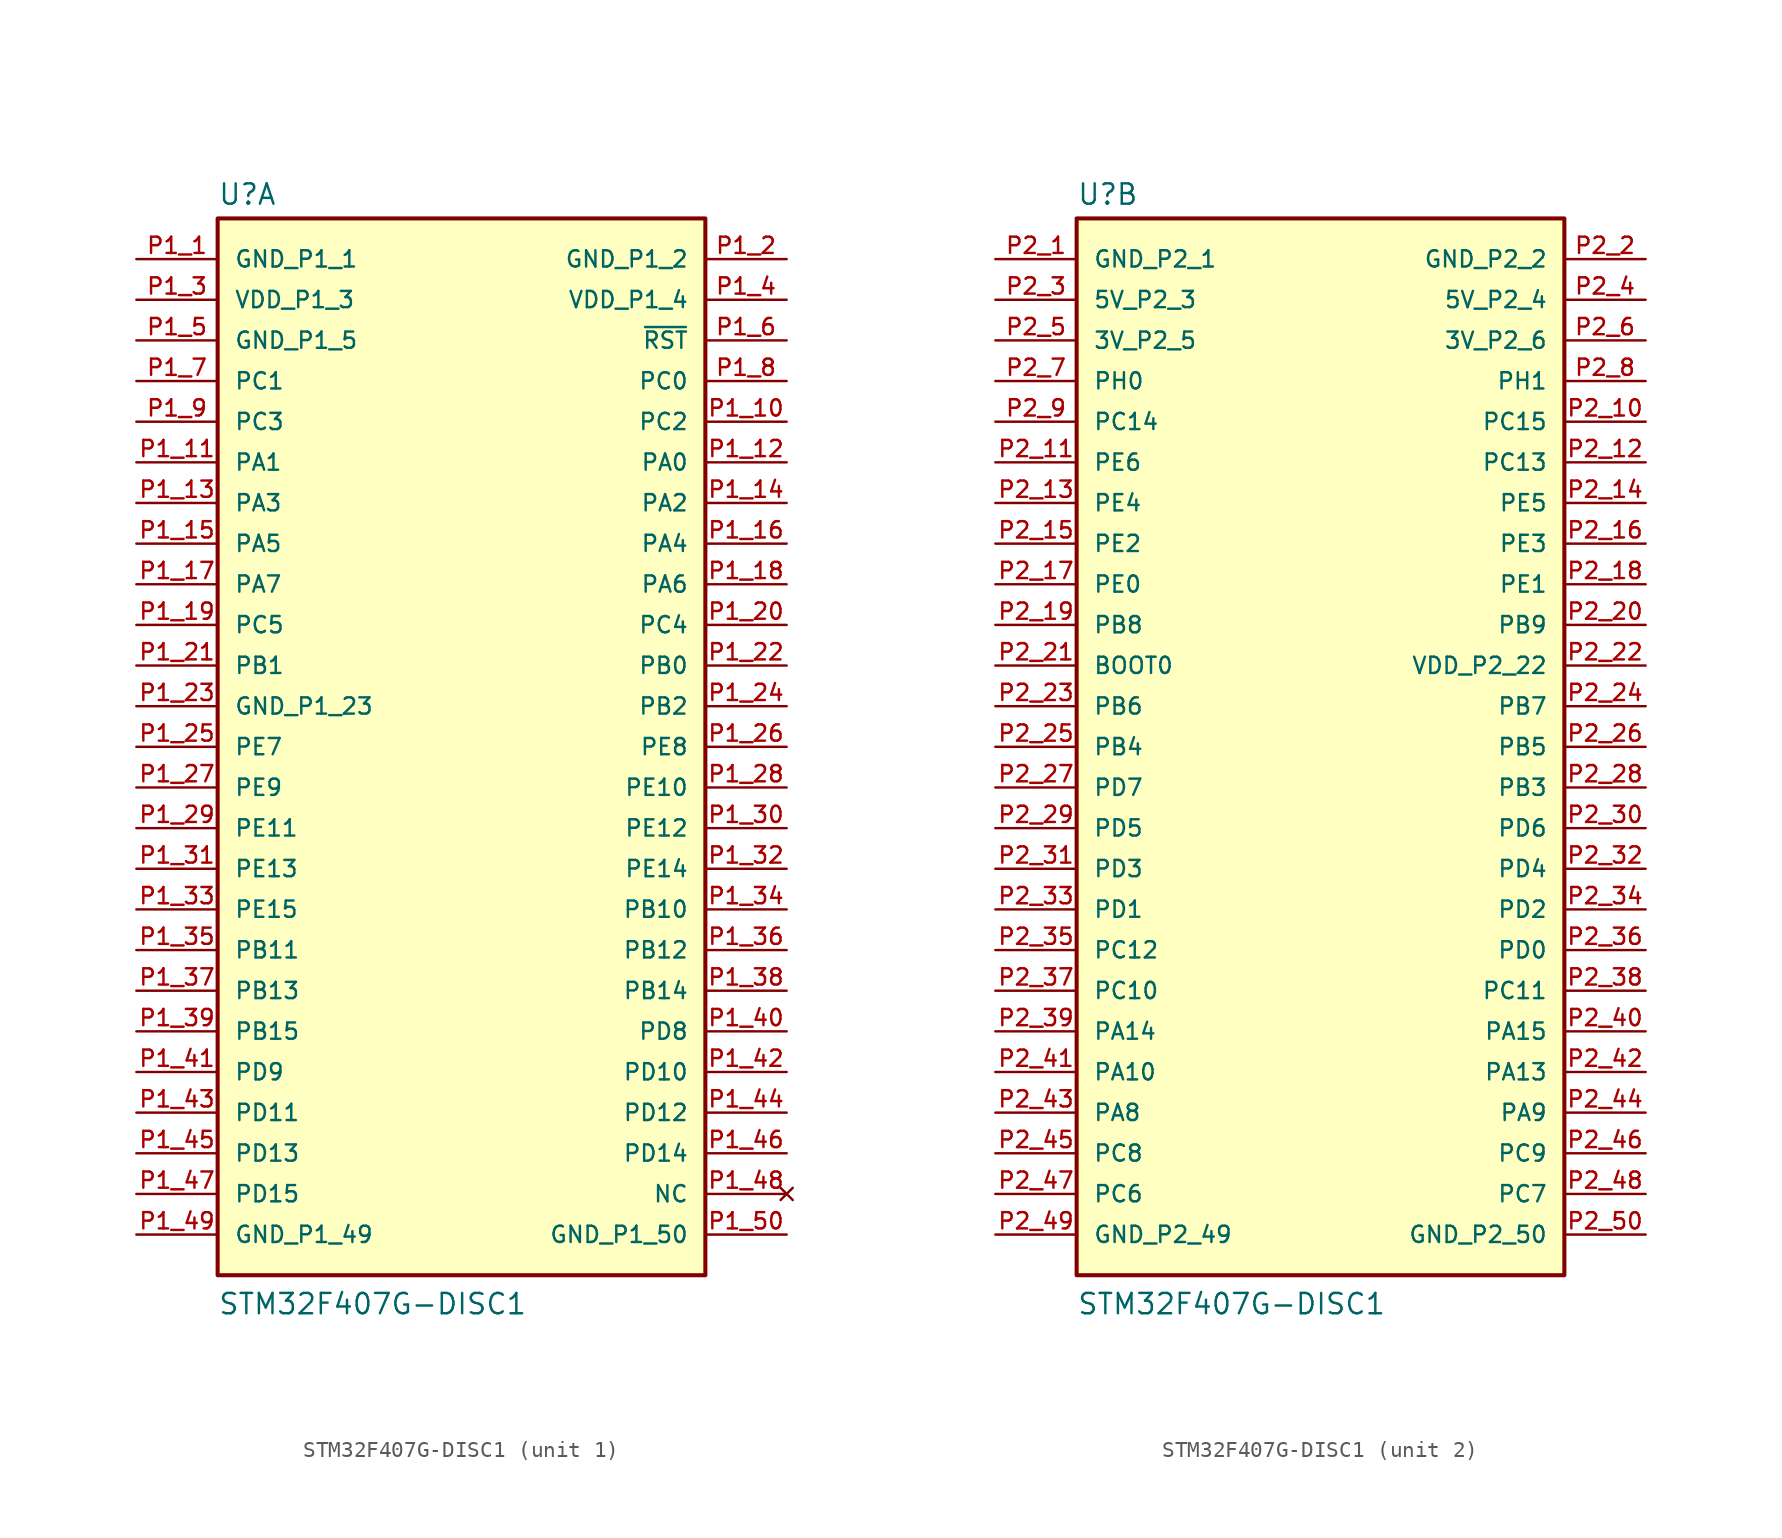
<source format=kicad_sym>
(kicad_symbol_lib
  (version 20211014)
  (generator kicad_symbol_editor)
  (symbol "STM32F407G-DISC1"
    (pin_names
      (offset 1.016))
    (property "Reference" "U"
      (at -15.24 33.782 0)
      (effects (font (size 1.27 1.27)) (justify bottom left)))
    (property "Value" "STM32F407G-DISC1"
      (at -15.24 -35.56 0)
      (effects (font (size 1.27 1.27)) (justify bottom left)))
    (symbol "STM32F407G-DISC1_1_0"
      (rectangle (start -15.24 -33.02) (end 15.24 33.02) (stroke (width 0.254)) (fill (type background)))
      (pin power_in line (at -20.32 30.48 0) (length 5.08) (name "GND_P1_1" (effects (font (size 1.016 1.016)))) (number "P1_1" (effects (font (size 1.016 1.016)))))
      (pin power_in line (at -20.32 27.94 0) (length 5.08) (name "VDD_P1_3" (effects (font (size 1.016 1.016)))) (number "P1_3" (effects (font (size 1.016 1.016)))))
      (pin bidirectional line (at -20.32 22.86 0) (length 5.08) (name "PC1" (effects (font (size 1.016 1.016)))) (number "P1_7" (effects (font (size 1.016 1.016)))))
      (pin bidirectional line (at -20.32 20.32 0) (length 5.08) (name "PC3" (effects (font (size 1.016 1.016)))) (number "P1_9" (effects (font (size 1.016 1.016)))))
      (pin bidirectional line (at -20.32 17.78 0) (length 5.08) (name "PA1" (effects (font (size 1.016 1.016)))) (number "P1_11" (effects (font (size 1.016 1.016)))))
      (pin bidirectional line (at -20.32 15.24 0) (length 5.08) (name "PA3" (effects (font (size 1.016 1.016)))) (number "P1_13" (effects (font (size 1.016 1.016)))))
      (pin bidirectional line (at -20.32 12.7 0) (length 5.08) (name "PA5" (effects (font (size 1.016 1.016)))) (number "P1_15" (effects (font (size 1.016 1.016)))))
      (pin bidirectional line (at -20.32 10.16 0) (length 5.08) (name "PA7" (effects (font (size 1.016 1.016)))) (number "P1_17" (effects (font (size 1.016 1.016)))))
      (pin bidirectional line (at -20.32 7.62 0) (length 5.08) (name "PC5" (effects (font (size 1.016 1.016)))) (number "P1_19" (effects (font (size 1.016 1.016)))))
      (pin bidirectional line (at -20.32 5.08 0) (length 5.08) (name "PB1" (effects (font (size 1.016 1.016)))) (number "P1_21" (effects (font (size 1.016 1.016)))))
      (pin bidirectional line (at -20.32 0.0 0) (length 5.08) (name "PE7" (effects (font (size 1.016 1.016)))) (number "P1_25" (effects (font (size 1.016 1.016)))))
      (pin bidirectional line (at -20.32 -2.54 0) (length 5.08) (name "PE9" (effects (font (size 1.016 1.016)))) (number "P1_27" (effects (font (size 1.016 1.016)))))
      (pin bidirectional line (at -20.32 -5.08 0) (length 5.08) (name "PE11" (effects (font (size 1.016 1.016)))) (number "P1_29" (effects (font (size 1.016 1.016)))))
      (pin bidirectional line (at -20.32 -7.62 0) (length 5.08) (name "PE13" (effects (font (size 1.016 1.016)))) (number "P1_31" (effects (font (size 1.016 1.016)))))
      (pin bidirectional line (at -20.32 -10.16 0) (length 5.08) (name "PE15" (effects (font (size 1.016 1.016)))) (number "P1_33" (effects (font (size 1.016 1.016)))))
      (pin bidirectional line (at -20.32 -12.7 0) (length 5.08) (name "PB11" (effects (font (size 1.016 1.016)))) (number "P1_35" (effects (font (size 1.016 1.016)))))
      (pin bidirectional line (at -20.32 -15.24 0) (length 5.08) (name "PB13" (effects (font (size 1.016 1.016)))) (number "P1_37" (effects (font (size 1.016 1.016)))))
      (pin bidirectional line (at -20.32 -17.78 0) (length 5.08) (name "PB15" (effects (font (size 1.016 1.016)))) (number "P1_39" (effects (font (size 1.016 1.016)))))
      (pin bidirectional line (at -20.32 -20.32 0) (length 5.08) (name "PD9" (effects (font (size 1.016 1.016)))) (number "P1_41" (effects (font (size 1.016 1.016)))))
      (pin bidirectional line (at -20.32 -22.86 0) (length 5.08) (name "PD11" (effects (font (size 1.016 1.016)))) (number "P1_43" (effects (font (size 1.016 1.016)))))
      (pin bidirectional line (at -20.32 -25.4 0) (length 5.08) (name "PD13" (effects (font (size 1.016 1.016)))) (number "P1_45" (effects (font (size 1.016 1.016)))))
      (pin bidirectional line (at -20.32 -27.94 0) (length 5.08) (name "PD15" (effects (font (size 1.016 1.016)))) (number "P1_47" (effects (font (size 1.016 1.016)))))
      (pin bidirectional line (at 20.32 25.4 180.0) (length 5.08) (name "~{RST}" (effects (font (size 1.016 1.016)))) (number "P1_6" (effects (font (size 1.016 1.016)))))
      (pin bidirectional line (at 20.32 22.86 180.0) (length 5.08) (name "PC0" (effects (font (size 1.016 1.016)))) (number "P1_8" (effects (font (size 1.016 1.016)))))
      (pin bidirectional line (at 20.32 20.32 180.0) (length 5.08) (name "PC2" (effects (font (size 1.016 1.016)))) (number "P1_10" (effects (font (size 1.016 1.016)))))
      (pin bidirectional line (at 20.32 17.78 180.0) (length 5.08) (name "PA0" (effects (font (size 1.016 1.016)))) (number "P1_12" (effects (font (size 1.016 1.016)))))
      (pin bidirectional line (at 20.32 15.24 180.0) (length 5.08) (name "PA2" (effects (font (size 1.016 1.016)))) (number "P1_14" (effects (font (size 1.016 1.016)))))
      (pin bidirectional line (at 20.32 12.7 180.0) (length 5.08) (name "PA4" (effects (font (size 1.016 1.016)))) (number "P1_16" (effects (font (size 1.016 1.016)))))
      (pin bidirectional line (at 20.32 10.16 180.0) (length 5.08) (name "PA6" (effects (font (size 1.016 1.016)))) (number "P1_18" (effects (font (size 1.016 1.016)))))
      (pin bidirectional line (at 20.32 7.62 180.0) (length 5.08) (name "PC4" (effects (font (size 1.016 1.016)))) (number "P1_20" (effects (font (size 1.016 1.016)))))
      (pin bidirectional line (at 20.32 5.08 180.0) (length 5.08) (name "PB0" (effects (font (size 1.016 1.016)))) (number "P1_22" (effects (font (size 1.016 1.016)))))
      (pin bidirectional line (at 20.32 2.54 180.0) (length 5.08) (name "PB2" (effects (font (size 1.016 1.016)))) (number "P1_24" (effects (font (size 1.016 1.016)))))
      (pin bidirectional line (at 20.32 0.0 180.0) (length 5.08) (name "PE8" (effects (font (size 1.016 1.016)))) (number "P1_26" (effects (font (size 1.016 1.016)))))
      (pin bidirectional line (at 20.32 -2.54 180.0) (length 5.08) (name "PE10" (effects (font (size 1.016 1.016)))) (number "P1_28" (effects (font (size 1.016 1.016)))))
      (pin bidirectional line (at 20.32 -5.08 180.0) (length 5.08) (name "PE12" (effects (font (size 1.016 1.016)))) (number "P1_30" (effects (font (size 1.016 1.016)))))
      (pin bidirectional line (at 20.32 -7.62 180.0) (length 5.08) (name "PE14" (effects (font (size 1.016 1.016)))) (number "P1_32" (effects (font (size 1.016 1.016)))))
      (pin bidirectional line (at 20.32 -10.16 180.0) (length 5.08) (name "PB10" (effects (font (size 1.016 1.016)))) (number "P1_34" (effects (font (size 1.016 1.016)))))
      (pin bidirectional line (at 20.32 -12.7 180.0) (length 5.08) (name "PB12" (effects (font (size 1.016 1.016)))) (number "P1_36" (effects (font (size 1.016 1.016)))))
      (pin bidirectional line (at 20.32 -15.24 180.0) (length 5.08) (name "PB14" (effects (font (size 1.016 1.016)))) (number "P1_38" (effects (font (size 1.016 1.016)))))
      (pin bidirectional line (at 20.32 -17.78 180.0) (length 5.08) (name "PD8" (effects (font (size 1.016 1.016)))) (number "P1_40" (effects (font (size 1.016 1.016)))))
      (pin bidirectional line (at 20.32 -20.32 180.0) (length 5.08) (name "PD10" (effects (font (size 1.016 1.016)))) (number "P1_42" (effects (font (size 1.016 1.016)))))
      (pin bidirectional line (at 20.32 -22.86 180.0) (length 5.08) (name "PD12" (effects (font (size 1.016 1.016)))) (number "P1_44" (effects (font (size 1.016 1.016)))))
      (pin bidirectional line (at 20.32 -25.4 180.0) (length 5.08) (name "PD14" (effects (font (size 1.016 1.016)))) (number "P1_46" (effects (font (size 1.016 1.016)))))
      (pin no_connect line (at 20.32 -27.94 180.0) (length 5.08) (name "NC" (effects (font (size 1.016 1.016)))) (number "P1_48" (effects (font (size 1.016 1.016)))))
      (pin power_in line (at -20.32 25.4 0) (length 5.08) (name "GND_P1_5" (effects (font (size 1.016 1.016)))) (number "P1_5" (effects (font (size 1.016 1.016)))))
      (pin power_in line (at 20.32 30.48 180.0) (length 5.08) (name "GND_P1_2" (effects (font (size 1.016 1.016)))) (number "P1_2" (effects (font (size 1.016 1.016)))))
      (pin power_in line (at 20.32 27.94 180.0) (length 5.08) (name "VDD_P1_4" (effects (font (size 1.016 1.016)))) (number "P1_4" (effects (font (size 1.016 1.016)))))
      (pin power_in line (at -20.32 2.54 0) (length 5.08) (name "GND_P1_23" (effects (font (size 1.016 1.016)))) (number "P1_23" (effects (font (size 1.016 1.016)))))
      (pin power_in line (at -20.32 -30.48 0) (length 5.08) (name "GND_P1_49" (effects (font (size 1.016 1.016)))) (number "P1_49" (effects (font (size 1.016 1.016)))))
      (pin power_in line (at 20.32 -30.48 180.0) (length 5.08) (name "GND_P1_50" (effects (font (size 1.016 1.016)))) (number "P1_50" (effects (font (size 1.016 1.016))))))
    (symbol "STM32F407G-DISC1_2_0"
      (rectangle (start -15.24 -33.02) (end 15.24 33.02) (stroke (width 0.254)) (fill (type background)))
      (pin power_in line (at -20.32 30.48 0) (length 5.08) (name "GND_P2_1" (effects (font (size 1.016 1.016)))) (number "P2_1" (effects (font (size 1.016 1.016)))))
      (pin power_in line (at -20.32 27.94 0) (length 5.08) (name "5V_P2_3" (effects (font (size 1.016 1.016)))) (number "P2_3" (effects (font (size 1.016 1.016)))))
      (pin bidirectional line (at -20.32 22.86 0) (length 5.08) (name "PH0" (effects (font (size 1.016 1.016)))) (number "P2_7" (effects (font (size 1.016 1.016)))))
      (pin bidirectional line (at -20.32 20.32 0) (length 5.08) (name "PC14" (effects (font (size 1.016 1.016)))) (number "P2_9" (effects (font (size 1.016 1.016)))))
      (pin bidirectional line (at -20.32 17.78 0) (length 5.08) (name "PE6" (effects (font (size 1.016 1.016)))) (number "P2_11" (effects (font (size 1.016 1.016)))))
      (pin bidirectional line (at -20.32 15.24 0) (length 5.08) (name "PE4" (effects (font (size 1.016 1.016)))) (number "P2_13" (effects (font (size 1.016 1.016)))))
      (pin bidirectional line (at -20.32 12.7 0) (length 5.08) (name "PE2" (effects (font (size 1.016 1.016)))) (number "P2_15" (effects (font (size 1.016 1.016)))))
      (pin bidirectional line (at -20.32 10.16 0) (length 5.08) (name "PE0" (effects (font (size 1.016 1.016)))) (number "P2_17" (effects (font (size 1.016 1.016)))))
      (pin bidirectional line (at -20.32 7.62 0) (length 5.08) (name "PB8" (effects (font (size 1.016 1.016)))) (number "P2_19" (effects (font (size 1.016 1.016)))))
      (pin input line (at -20.32 5.08 0) (length 5.08) (name "BOOT0" (effects (font (size 1.016 1.016)))) (number "P2_21" (effects (font (size 1.016 1.016)))))
      (pin bidirectional line (at -20.32 0.0 0) (length 5.08) (name "PB4" (effects (font (size 1.016 1.016)))) (number "P2_25" (effects (font (size 1.016 1.016)))))
      (pin bidirectional line (at -20.32 -2.54 0) (length 5.08) (name "PD7" (effects (font (size 1.016 1.016)))) (number "P2_27" (effects (font (size 1.016 1.016)))))
      (pin bidirectional line (at -20.32 -5.08 0) (length 5.08) (name "PD5" (effects (font (size 1.016 1.016)))) (number "P2_29" (effects (font (size 1.016 1.016)))))
      (pin bidirectional line (at -20.32 -7.62 0) (length 5.08) (name "PD3" (effects (font (size 1.016 1.016)))) (number "P2_31" (effects (font (size 1.016 1.016)))))
      (pin bidirectional line (at -20.32 -10.16 0) (length 5.08) (name "PD1" (effects (font (size 1.016 1.016)))) (number "P2_33" (effects (font (size 1.016 1.016)))))
      (pin bidirectional line (at -20.32 -12.7 0) (length 5.08) (name "PC12" (effects (font (size 1.016 1.016)))) (number "P2_35" (effects (font (size 1.016 1.016)))))
      (pin bidirectional line (at -20.32 -15.24 0) (length 5.08) (name "PC10" (effects (font (size 1.016 1.016)))) (number "P2_37" (effects (font (size 1.016 1.016)))))
      (pin bidirectional line (at -20.32 -17.78 0) (length 5.08) (name "PA14" (effects (font (size 1.016 1.016)))) (number "P2_39" (effects (font (size 1.016 1.016)))))
      (pin bidirectional line (at -20.32 -20.32 0) (length 5.08) (name "PA10" (effects (font (size 1.016 1.016)))) (number "P2_41" (effects (font (size 1.016 1.016)))))
      (pin bidirectional line (at -20.32 -22.86 0) (length 5.08) (name "PA8" (effects (font (size 1.016 1.016)))) (number "P2_43" (effects (font (size 1.016 1.016)))))
      (pin bidirectional line (at -20.32 -25.4 0) (length 5.08) (name "PC8" (effects (font (size 1.016 1.016)))) (number "P2_45" (effects (font (size 1.016 1.016)))))
      (pin bidirectional line (at -20.32 -27.94 0) (length 5.08) (name "PC6" (effects (font (size 1.016 1.016)))) (number "P2_47" (effects (font (size 1.016 1.016)))))
      (pin bidirectional line (at 20.32 22.86 180.0) (length 5.08) (name "PH1" (effects (font (size 1.016 1.016)))) (number "P2_8" (effects (font (size 1.016 1.016)))))
      (pin bidirectional line (at 20.32 20.32 180.0) (length 5.08) (name "PC15" (effects (font (size 1.016 1.016)))) (number "P2_10" (effects (font (size 1.016 1.016)))))
      (pin bidirectional line (at 20.32 17.78 180.0) (length 5.08) (name "PC13" (effects (font (size 1.016 1.016)))) (number "P2_12" (effects (font (size 1.016 1.016)))))
      (pin bidirectional line (at 20.32 15.24 180.0) (length 5.08) (name "PE5" (effects (font (size 1.016 1.016)))) (number "P2_14" (effects (font (size 1.016 1.016)))))
      (pin bidirectional line (at 20.32 12.7 180.0) (length 5.08) (name "PE3" (effects (font (size 1.016 1.016)))) (number "P2_16" (effects (font (size 1.016 1.016)))))
      (pin bidirectional line (at 20.32 10.16 180.0) (length 5.08) (name "PE1" (effects (font (size 1.016 1.016)))) (number "P2_18" (effects (font (size 1.016 1.016)))))
      (pin bidirectional line (at 20.32 7.62 180.0) (length 5.08) (name "PB9" (effects (font (size 1.016 1.016)))) (number "P2_20" (effects (font (size 1.016 1.016)))))
      (pin power_in line (at 20.32 5.08 180.0) (length 5.08) (name "VDD_P2_22" (effects (font (size 1.016 1.016)))) (number "P2_22" (effects (font (size 1.016 1.016)))))
      (pin bidirectional line (at 20.32 2.54 180.0) (length 5.08) (name "PB7" (effects (font (size 1.016 1.016)))) (number "P2_24" (effects (font (size 1.016 1.016)))))
      (pin bidirectional line (at 20.32 0.0 180.0) (length 5.08) (name "PB5" (effects (font (size 1.016 1.016)))) (number "P2_26" (effects (font (size 1.016 1.016)))))
      (pin bidirectional line (at 20.32 -2.54 180.0) (length 5.08) (name "PB3" (effects (font (size 1.016 1.016)))) (number "P2_28" (effects (font (size 1.016 1.016)))))
      (pin bidirectional line (at 20.32 -5.08 180.0) (length 5.08) (name "PD6" (effects (font (size 1.016 1.016)))) (number "P2_30" (effects (font (size 1.016 1.016)))))
      (pin bidirectional line (at 20.32 -7.62 180.0) (length 5.08) (name "PD4" (effects (font (size 1.016 1.016)))) (number "P2_32" (effects (font (size 1.016 1.016)))))
      (pin bidirectional line (at 20.32 -10.16 180.0) (length 5.08) (name "PD2" (effects (font (size 1.016 1.016)))) (number "P2_34" (effects (font (size 1.016 1.016)))))
      (pin bidirectional line (at 20.32 -12.7 180.0) (length 5.08) (name "PD0" (effects (font (size 1.016 1.016)))) (number "P2_36" (effects (font (size 1.016 1.016)))))
      (pin bidirectional line (at 20.32 -15.24 180.0) (length 5.08) (name "PC11" (effects (font (size 1.016 1.016)))) (number "P2_38" (effects (font (size 1.016 1.016)))))
      (pin bidirectional line (at 20.32 -17.78 180.0) (length 5.08) (name "PA15" (effects (font (size 1.016 1.016)))) (number "P2_40" (effects (font (size 1.016 1.016)))))
      (pin bidirectional line (at 20.32 -20.32 180.0) (length 5.08) (name "PA13" (effects (font (size 1.016 1.016)))) (number "P2_42" (effects (font (size 1.016 1.016)))))
      (pin bidirectional line (at 20.32 -22.86 180.0) (length 5.08) (name "PA9" (effects (font (size 1.016 1.016)))) (number "P2_44" (effects (font (size 1.016 1.016)))))
      (pin bidirectional line (at 20.32 -25.4 180.0) (length 5.08) (name "PC9" (effects (font (size 1.016 1.016)))) (number "P2_46" (effects (font (size 1.016 1.016)))))
      (pin power_in line (at 20.32 30.48 180.0) (length 5.08) (name "GND_P2_2" (effects (font (size 1.016 1.016)))) (number "P2_2" (effects (font (size 1.016 1.016)))))
      (pin power_in line (at 20.32 27.94 180.0) (length 5.08) (name "5V_P2_4" (effects (font (size 1.016 1.016)))) (number "P2_4" (effects (font (size 1.016 1.016)))))
      (pin power_in line (at -20.32 -30.48 0) (length 5.08) (name "GND_P2_49" (effects (font (size 1.016 1.016)))) (number "P2_49" (effects (font (size 1.016 1.016)))))
      (pin power_in line (at 20.32 -30.48 180.0) (length 5.08) (name "GND_P2_50" (effects (font (size 1.016 1.016)))) (number "P2_50" (effects (font (size 1.016 1.016)))))
      (pin power_in line (at -20.32 25.4 0) (length 5.08) (name "3V_P2_5" (effects (font (size 1.016 1.016)))) (number "P2_5" (effects (font (size 1.016 1.016)))))
      (pin power_in line (at 20.32 25.4 180.0) (length 5.08) (name "3V_P2_6" (effects (font (size 1.016 1.016)))) (number "P2_6" (effects (font (size 1.016 1.016)))))
      (pin bidirectional line (at -20.32 2.54 0) (length 5.08) (name "PB6" (effects (font (size 1.016 1.016)))) (number "P2_23" (effects (font (size 1.016 1.016)))))
      (pin bidirectional line (at 20.32 -27.94 180.0) (length 5.08) (name "PC7" (effects (font (size 1.016 1.016)))) (number "P2_48" (effects (font (size 1.016 1.016))))))))
</source>
